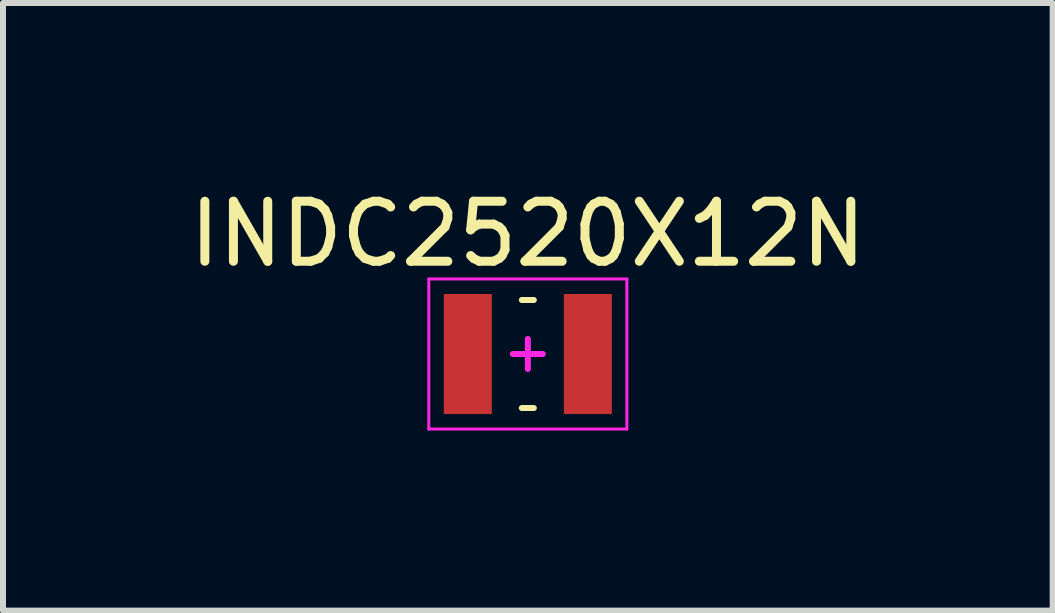
<source format=kicad_pcb>
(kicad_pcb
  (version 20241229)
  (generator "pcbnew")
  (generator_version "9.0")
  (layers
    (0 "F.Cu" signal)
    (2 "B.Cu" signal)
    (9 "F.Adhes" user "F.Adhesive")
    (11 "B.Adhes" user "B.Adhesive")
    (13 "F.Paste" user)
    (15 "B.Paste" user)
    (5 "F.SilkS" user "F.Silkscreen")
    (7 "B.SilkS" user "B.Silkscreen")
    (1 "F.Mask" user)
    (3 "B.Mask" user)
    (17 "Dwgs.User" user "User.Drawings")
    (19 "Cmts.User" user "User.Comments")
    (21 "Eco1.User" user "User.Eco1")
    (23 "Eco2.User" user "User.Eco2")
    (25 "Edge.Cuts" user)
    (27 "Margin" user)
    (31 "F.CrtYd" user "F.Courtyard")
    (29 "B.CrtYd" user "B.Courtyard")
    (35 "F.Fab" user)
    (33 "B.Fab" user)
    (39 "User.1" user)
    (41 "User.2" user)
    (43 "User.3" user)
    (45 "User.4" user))
  (footprint "INDC2520X12N"
    (layer "F.Cu")
    (at 5.744 2.848)
    (property "Reference" "INDC2520X12N" (at 0 -2 0) (layer "F.SilkS") (effects (font (size 1 1) (thickness 0.15))))
    (attr smd)
    (fp_line (start -0.1 -0.9) (end 0.1 -0.9) (stroke (width 0.1) (type solid)) (layer "F.SilkS"))
    (fp_line (start -0.1 0.9) (end 0.1 0.9) (stroke (width 0.1) (type solid)) (layer "F.SilkS"))
    (fp_line (start -1.65 -1.25) (end 1.65 -1.25) (stroke (width 0.05) (type solid)) (layer "F.CrtYd"))
    (fp_line (start -1.65 1.25) (end -1.65 -1.25) (stroke (width 0.05) (type solid)) (layer "F.CrtYd"))
    (fp_line (start -0.25 0) (end 0.25 0) (stroke (width 0.1) (type solid)) (layer "F.CrtYd"))
    (fp_line (start 0 -0.25) (end 0 0.25) (stroke (width 0.1) (type solid)) (layer "F.CrtYd"))
    (fp_line (start 1.65 -1.25) (end 1.65 1.25) (stroke (width 0.05) (type solid)) (layer "F.CrtYd"))
    (fp_line (start 1.65 1.25) (end -1.65 1.25) (stroke (width 0.05) (type solid)) (layer "F.CrtYd"))
    (pad "1" smd rect (at -1 0) (size 0.8 2) (layers "F.Cu" "F.Mask" "F.Paste"))
    (pad "2" smd rect (at 1 0) (size 0.8 2) (layers "F.Cu" "F.Mask" "F.Paste")))
  (gr_rect
    (start -3 -3)
    (end 14.488 7.123)
    (stroke (width 0.1) (type default))
    (fill no)
    (layer "Edge.Cuts")))
</source>
